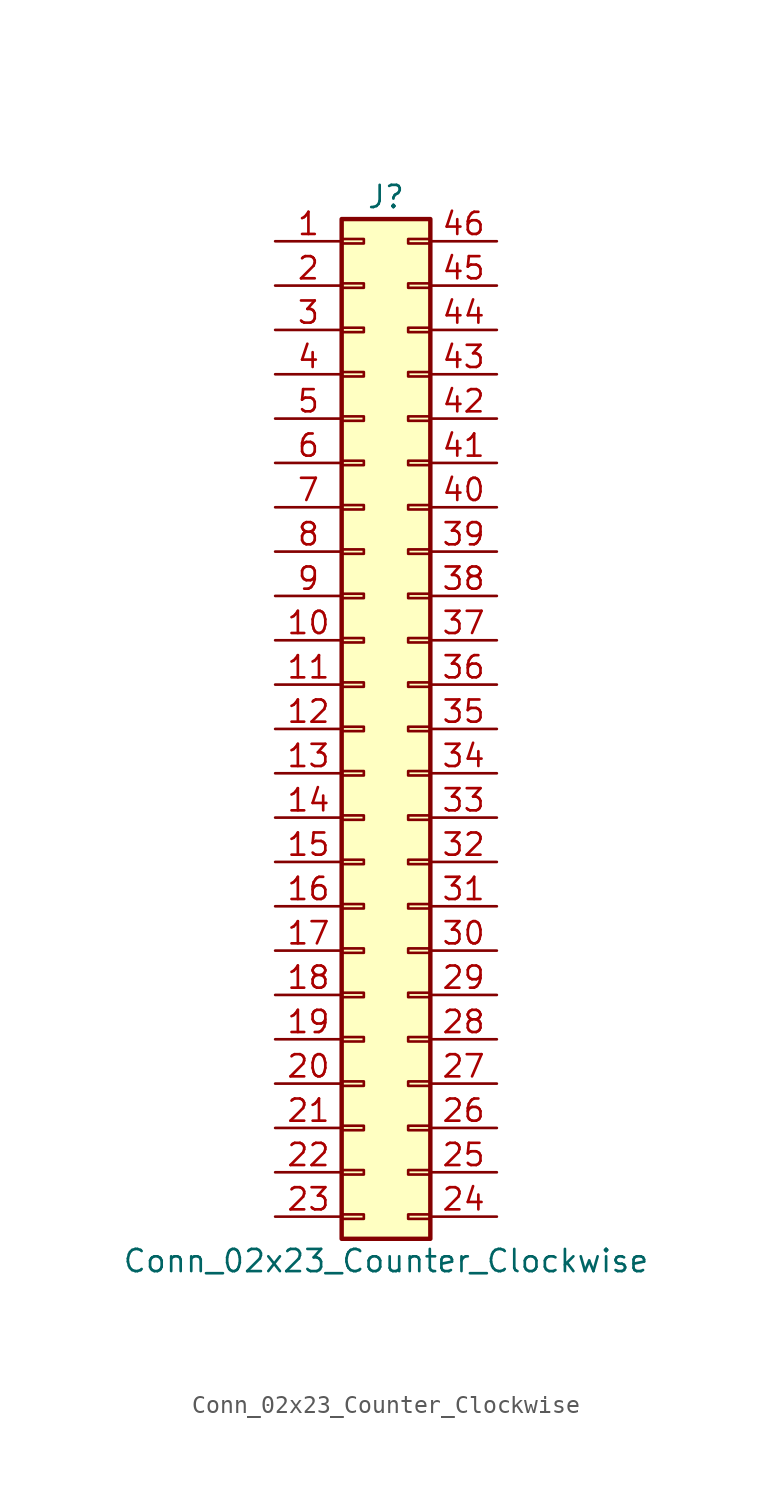
<source format=kicad_sym>
(kicad_symbol_lib
  (version 20201005)
  (generator kicad_symbol_editor)
  (symbol "Conn_02x23_Counter_Clockwise"
    (pin_names
      (offset 1.016) hide)
    (property "Reference" "J"
      (at 1.27 30.48 0)
      (effects (font (size 1.27 1.27))))
    (property "Value" "Conn_02x23_Counter_Clockwise"
      (at 1.27 -30.48 0)
      (effects (font (size 1.27 1.27))))
    (symbol "Conn_02x23_Counter_Clockwise_1_1"
      (rectangle (start -1.27 -27.813) (end 0 -28.067) (stroke (width 0.152)) (fill (type none)))
      (rectangle (start -1.27 -25.273) (end 0 -25.527) (stroke (width 0.152)) (fill (type none)))
      (rectangle (start -1.27 -22.733) (end 0 -22.987) (stroke (width 0.152)) (fill (type none)))
      (rectangle (start -1.27 -20.193) (end 0 -20.447) (stroke (width 0.152)) (fill (type none)))
      (rectangle (start -1.27 -17.653) (end 0 -17.907) (stroke (width 0.152)) (fill (type none)))
      (rectangle (start -1.27 -15.113) (end 0 -15.367) (stroke (width 0.152)) (fill (type none)))
      (rectangle (start -1.27 -12.573) (end 0 -12.827) (stroke (width 0.152)) (fill (type none)))
      (rectangle (start -1.27 -10.033) (end 0 -10.287) (stroke (width 0.152)) (fill (type none)))
      (rectangle (start -1.27 -7.493) (end 0 -7.747) (stroke (width 0.152)) (fill (type none)))
      (rectangle (start -1.27 -4.953) (end 0 -5.207) (stroke (width 0.152)) (fill (type none)))
      (rectangle (start -1.27 -2.413) (end 0 -2.667) (stroke (width 0.152)) (fill (type none)))
      (rectangle (start -1.27 0.127) (end 0 -0.127) (stroke (width 0.152)) (fill (type none)))
      (rectangle (start -1.27 2.667) (end 0 2.413) (stroke (width 0.152)) (fill (type none)))
      (rectangle (start -1.27 5.207) (end 0 4.953) (stroke (width 0.152)) (fill (type none)))
      (rectangle (start -1.27 7.747) (end 0 7.493) (stroke (width 0.152)) (fill (type none)))
      (rectangle (start -1.27 10.287) (end 0 10.033) (stroke (width 0.152)) (fill (type none)))
      (rectangle (start -1.27 12.827) (end 0 12.573) (stroke (width 0.152)) (fill (type none)))
      (rectangle (start -1.27 15.367) (end 0 15.113) (stroke (width 0.152)) (fill (type none)))
      (rectangle (start -1.27 17.907) (end 0 17.653) (stroke (width 0.152)) (fill (type none)))
      (rectangle (start -1.27 20.447) (end 0 20.193) (stroke (width 0.152)) (fill (type none)))
      (rectangle (start -1.27 22.987) (end 0 22.733) (stroke (width 0.152)) (fill (type none)))
      (rectangle (start -1.27 25.527) (end 0 25.273) (stroke (width 0.152)) (fill (type none)))
      (rectangle (start -1.27 28.067) (end 0 27.813) (stroke (width 0.152)) (fill (type none)))
      (rectangle (start 3.81 -27.813) (end 2.54 -28.067) (stroke (width 0.152)) (fill (type none)))
      (rectangle (start 3.81 -25.273) (end 2.54 -25.527) (stroke (width 0.152)) (fill (type none)))
      (rectangle (start 3.81 -22.733) (end 2.54 -22.987) (stroke (width 0.152)) (fill (type none)))
      (rectangle (start 3.81 -20.193) (end 2.54 -20.447) (stroke (width 0.152)) (fill (type none)))
      (rectangle (start 3.81 -17.653) (end 2.54 -17.907) (stroke (width 0.152)) (fill (type none)))
      (rectangle (start 3.81 -15.113) (end 2.54 -15.367) (stroke (width 0.152)) (fill (type none)))
      (rectangle (start 3.81 -12.573) (end 2.54 -12.827) (stroke (width 0.152)) (fill (type none)))
      (rectangle (start 3.81 -10.033) (end 2.54 -10.287) (stroke (width 0.152)) (fill (type none)))
      (rectangle (start 3.81 -7.493) (end 2.54 -7.747) (stroke (width 0.152)) (fill (type none)))
      (rectangle (start 3.81 -4.953) (end 2.54 -5.207) (stroke (width 0.152)) (fill (type none)))
      (rectangle (start 3.81 -2.413) (end 2.54 -2.667) (stroke (width 0.152)) (fill (type none)))
      (rectangle (start 3.81 0.127) (end 2.54 -0.127) (stroke (width 0.152)) (fill (type none)))
      (rectangle (start 3.81 2.667) (end 2.54 2.413) (stroke (width 0.152)) (fill (type none)))
      (rectangle (start 3.81 5.207) (end 2.54 4.953) (stroke (width 0.152)) (fill (type none)))
      (rectangle (start 3.81 7.747) (end 2.54 7.493) (stroke (width 0.152)) (fill (type none)))
      (rectangle (start 3.81 10.287) (end 2.54 10.033) (stroke (width 0.152)) (fill (type none)))
      (rectangle (start 3.81 12.827) (end 2.54 12.573) (stroke (width 0.152)) (fill (type none)))
      (rectangle (start 3.81 15.367) (end 2.54 15.113) (stroke (width 0.152)) (fill (type none)))
      (rectangle (start 3.81 17.907) (end 2.54 17.653) (stroke (width 0.152)) (fill (type none)))
      (rectangle (start 3.81 20.447) (end 2.54 20.193) (stroke (width 0.152)) (fill (type none)))
      (rectangle (start 3.81 22.987) (end 2.54 22.733) (stroke (width 0.152)) (fill (type none)))
      (rectangle (start 3.81 25.527) (end 2.54 25.273) (stroke (width 0.152)) (fill (type none)))
      (rectangle (start 3.81 28.067) (end 2.54 27.813) (stroke (width 0.152)) (fill (type none)))
      (rectangle (start -1.27 29.21) (end 3.81 -29.21) (stroke (width 0.254)) (fill (type background)))
      (pin passive line (at -5.08 27.94 0) (length 3.81) (name "Pin_1" (effects (font (size 1.27 1.27)))) (number "1" (effects (font (size 1.27 1.27)))))
      (pin passive line (at -5.08 5.08 0) (length 3.81) (name "Pin_10" (effects (font (size 1.27 1.27)))) (number "10" (effects (font (size 1.27 1.27)))))
      (pin passive line (at -5.08 2.54 0) (length 3.81) (name "Pin_11" (effects (font (size 1.27 1.27)))) (number "11" (effects (font (size 1.27 1.27)))))
      (pin passive line (at -5.08 0 0) (length 3.81) (name "Pin_12" (effects (font (size 1.27 1.27)))) (number "12" (effects (font (size 1.27 1.27)))))
      (pin passive line (at -5.08 -2.54 0) (length 3.81) (name "Pin_13" (effects (font (size 1.27 1.27)))) (number "13" (effects (font (size 1.27 1.27)))))
      (pin passive line (at -5.08 -5.08 0) (length 3.81) (name "Pin_14" (effects (font (size 1.27 1.27)))) (number "14" (effects (font (size 1.27 1.27)))))
      (pin passive line (at -5.08 -7.62 0) (length 3.81) (name "Pin_15" (effects (font (size 1.27 1.27)))) (number "15" (effects (font (size 1.27 1.27)))))
      (pin passive line (at -5.08 -10.16 0) (length 3.81) (name "Pin_16" (effects (font (size 1.27 1.27)))) (number "16" (effects (font (size 1.27 1.27)))))
      (pin passive line (at -5.08 -12.7 0) (length 3.81) (name "Pin_17" (effects (font (size 1.27 1.27)))) (number "17" (effects (font (size 1.27 1.27)))))
      (pin passive line (at -5.08 -15.24 0) (length 3.81) (name "Pin_18" (effects (font (size 1.27 1.27)))) (number "18" (effects (font (size 1.27 1.27)))))
      (pin passive line (at -5.08 -17.78 0) (length 3.81) (name "Pin_19" (effects (font (size 1.27 1.27)))) (number "19" (effects (font (size 1.27 1.27)))))
      (pin passive line (at -5.08 25.4 0) (length 3.81) (name "Pin_2" (effects (font (size 1.27 1.27)))) (number "2" (effects (font (size 1.27 1.27)))))
      (pin passive line (at -5.08 -20.32 0) (length 3.81) (name "Pin_20" (effects (font (size 1.27 1.27)))) (number "20" (effects (font (size 1.27 1.27)))))
      (pin passive line (at -5.08 -22.86 0) (length 3.81) (name "Pin_21" (effects (font (size 1.27 1.27)))) (number "21" (effects (font (size 1.27 1.27)))))
      (pin passive line (at -5.08 -25.4 0) (length 3.81) (name "Pin_22" (effects (font (size 1.27 1.27)))) (number "22" (effects (font (size 1.27 1.27)))))
      (pin passive line (at -5.08 -27.94 0) (length 3.81) (name "Pin_23" (effects (font (size 1.27 1.27)))) (number "23" (effects (font (size 1.27 1.27)))))
      (pin passive line (at 7.62 -27.94 180) (length 3.81) (name "Pin_24" (effects (font (size 1.27 1.27)))) (number "24" (effects (font (size 1.27 1.27)))))
      (pin passive line (at 7.62 -25.4 180) (length 3.81) (name "Pin_25" (effects (font (size 1.27 1.27)))) (number "25" (effects (font (size 1.27 1.27)))))
      (pin passive line (at 7.62 -22.86 180) (length 3.81) (name "Pin_26" (effects (font (size 1.27 1.27)))) (number "26" (effects (font (size 1.27 1.27)))))
      (pin passive line (at 7.62 -20.32 180) (length 3.81) (name "Pin_27" (effects (font (size 1.27 1.27)))) (number "27" (effects (font (size 1.27 1.27)))))
      (pin passive line (at 7.62 -17.78 180) (length 3.81) (name "Pin_28" (effects (font (size 1.27 1.27)))) (number "28" (effects (font (size 1.27 1.27)))))
      (pin passive line (at 7.62 -15.24 180) (length 3.81) (name "Pin_29" (effects (font (size 1.27 1.27)))) (number "29" (effects (font (size 1.27 1.27)))))
      (pin passive line (at -5.08 22.86 0) (length 3.81) (name "Pin_3" (effects (font (size 1.27 1.27)))) (number "3" (effects (font (size 1.27 1.27)))))
      (pin passive line (at 7.62 -12.7 180) (length 3.81) (name "Pin_30" (effects (font (size 1.27 1.27)))) (number "30" (effects (font (size 1.27 1.27)))))
      (pin passive line (at 7.62 -10.16 180) (length 3.81) (name "Pin_31" (effects (font (size 1.27 1.27)))) (number "31" (effects (font (size 1.27 1.27)))))
      (pin passive line (at 7.62 -7.62 180) (length 3.81) (name "Pin_32" (effects (font (size 1.27 1.27)))) (number "32" (effects (font (size 1.27 1.27)))))
      (pin passive line (at 7.62 -5.08 180) (length 3.81) (name "Pin_33" (effects (font (size 1.27 1.27)))) (number "33" (effects (font (size 1.27 1.27)))))
      (pin passive line (at 7.62 -2.54 180) (length 3.81) (name "Pin_34" (effects (font (size 1.27 1.27)))) (number "34" (effects (font (size 1.27 1.27)))))
      (pin passive line (at 7.62 0 180) (length 3.81) (name "Pin_35" (effects (font (size 1.27 1.27)))) (number "35" (effects (font (size 1.27 1.27)))))
      (pin passive line (at 7.62 2.54 180) (length 3.81) (name "Pin_36" (effects (font (size 1.27 1.27)))) (number "36" (effects (font (size 1.27 1.27)))))
      (pin passive line (at 7.62 5.08 180) (length 3.81) (name "Pin_37" (effects (font (size 1.27 1.27)))) (number "37" (effects (font (size 1.27 1.27)))))
      (pin passive line (at 7.62 7.62 180) (length 3.81) (name "Pin_38" (effects (font (size 1.27 1.27)))) (number "38" (effects (font (size 1.27 1.27)))))
      (pin passive line (at 7.62 10.16 180) (length 3.81) (name "Pin_39" (effects (font (size 1.27 1.27)))) (number "39" (effects (font (size 1.27 1.27)))))
      (pin passive line (at -5.08 20.32 0) (length 3.81) (name "Pin_4" (effects (font (size 1.27 1.27)))) (number "4" (effects (font (size 1.27 1.27)))))
      (pin passive line (at 7.62 12.7 180) (length 3.81) (name "Pin_40" (effects (font (size 1.27 1.27)))) (number "40" (effects (font (size 1.27 1.27)))))
      (pin passive line (at 7.62 15.24 180) (length 3.81) (name "Pin_41" (effects (font (size 1.27 1.27)))) (number "41" (effects (font (size 1.27 1.27)))))
      (pin passive line (at 7.62 17.78 180) (length 3.81) (name "Pin_42" (effects (font (size 1.27 1.27)))) (number "42" (effects (font (size 1.27 1.27)))))
      (pin passive line (at 7.62 20.32 180) (length 3.81) (name "Pin_43" (effects (font (size 1.27 1.27)))) (number "43" (effects (font (size 1.27 1.27)))))
      (pin passive line (at 7.62 22.86 180) (length 3.81) (name "Pin_44" (effects (font (size 1.27 1.27)))) (number "44" (effects (font (size 1.27 1.27)))))
      (pin passive line (at 7.62 25.4 180) (length 3.81) (name "Pin_45" (effects (font (size 1.27 1.27)))) (number "45" (effects (font (size 1.27 1.27)))))
      (pin passive line (at 7.62 27.94 180) (length 3.81) (name "Pin_46" (effects (font (size 1.27 1.27)))) (number "46" (effects (font (size 1.27 1.27)))))
      (pin passive line (at -5.08 17.78 0) (length 3.81) (name "Pin_5" (effects (font (size 1.27 1.27)))) (number "5" (effects (font (size 1.27 1.27)))))
      (pin passive line (at -5.08 15.24 0) (length 3.81) (name "Pin_6" (effects (font (size 1.27 1.27)))) (number "6" (effects (font (size 1.27 1.27)))))
      (pin passive line (at -5.08 12.7 0) (length 3.81) (name "Pin_7" (effects (font (size 1.27 1.27)))) (number "7" (effects (font (size 1.27 1.27)))))
      (pin passive line (at -5.08 10.16 0) (length 3.81) (name "Pin_8" (effects (font (size 1.27 1.27)))) (number "8" (effects (font (size 1.27 1.27)))))
      (pin passive line (at -5.08 7.62 0) (length 3.81) (name "Pin_9" (effects (font (size 1.27 1.27)))) (number "9" (effects (font (size 1.27 1.27))))))))
</source>
